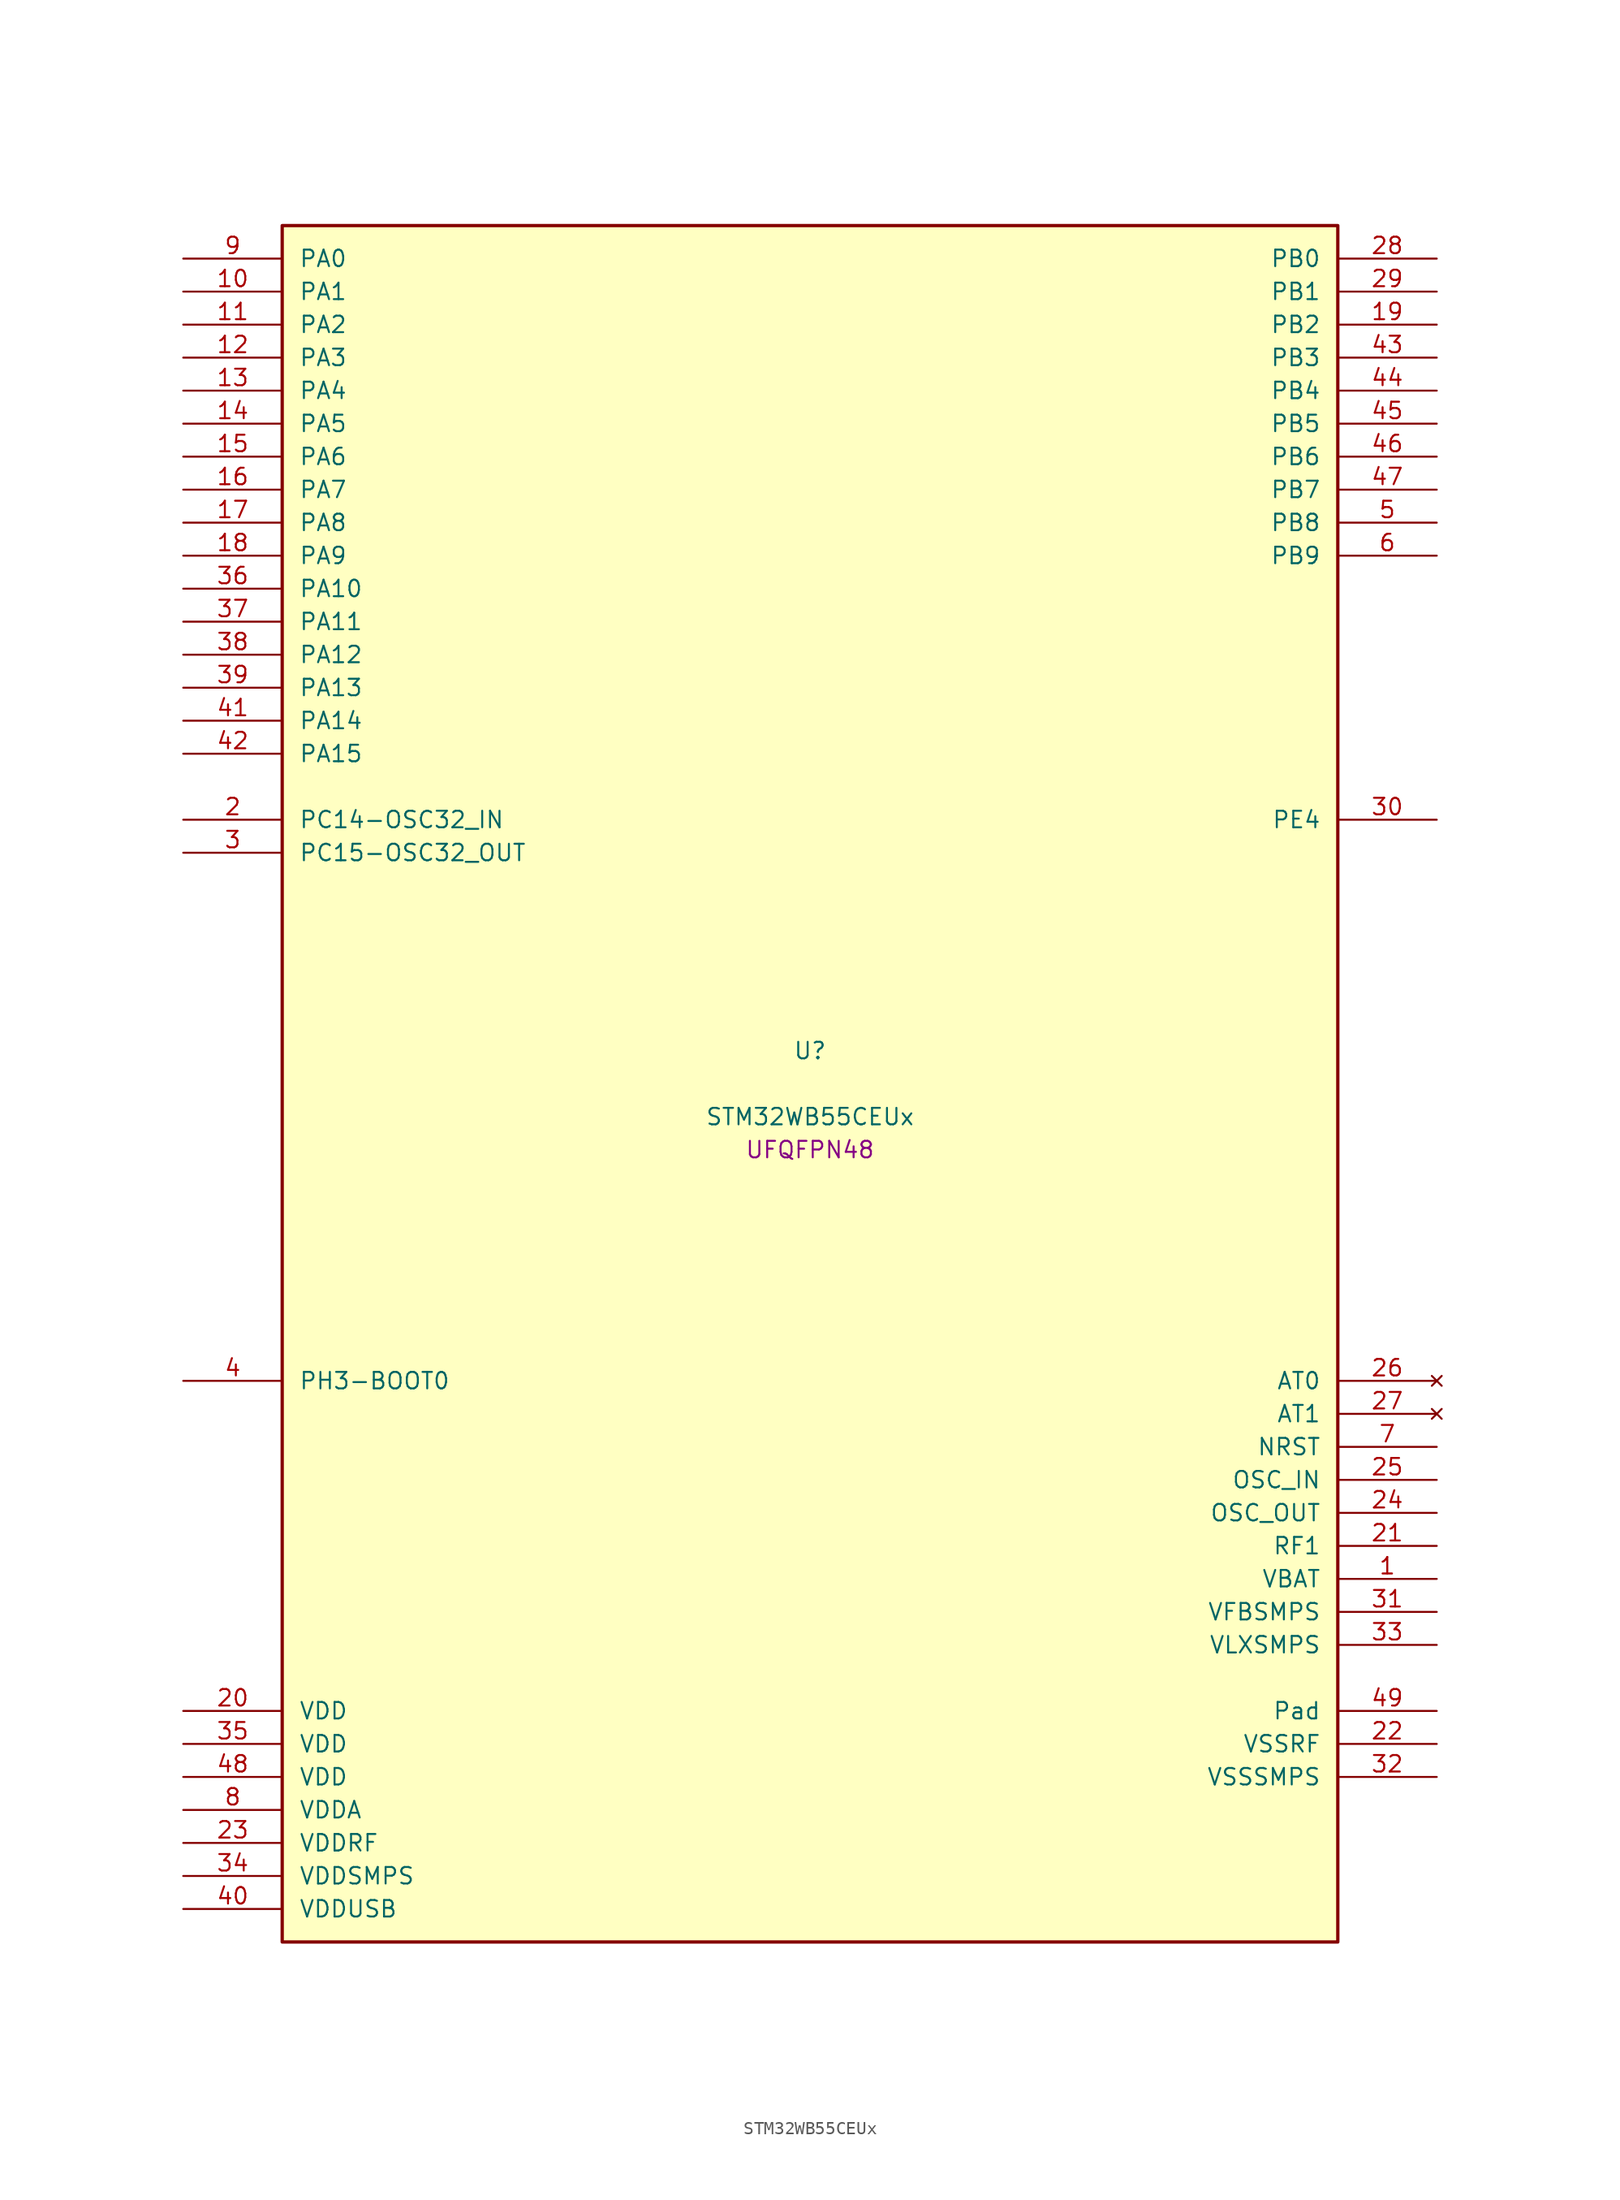
<source format=kicad_sym>
(kicad_symbol_lib
  (version 20241209)
  (generator "stm32_pkl_generator")
  (generator_version "1.0")
  (symbol "STM32WB55CEUx"
    (pin_names
      (offset 1.27))
    (property "Reference" "U"
      (at 0 2.54 0))
    (property "Value" "STM32WB55CEUx"
      (at 0 -2.54 0))
    (property "Footprint" "UFQFPN48"
      (at 0 -5.08 0))
    (symbol "STM32WB55CEUx_1_1"
      (rectangle (start -40.64 66.04) (end 40.64 -66.04) (stroke (width 0.254) (type solid)) (fill (type background)))
      (pin bidirectional line (at -48.26 63.5 0) (length 7.62) (name "PA0") (number "9") (alternate "PA0/ADC1_IN5" bidirectional line) (alternate "PA0/COMP1_INM" bidirectional line) (alternate "PA0/COMP1_OUT" bidirectional line) (alternate "PA0/RTC_TAMP2" bidirectional line) (alternate "PA0/SAI1_EXTCLK" bidirectional line) (alternate "PA0/SYS_WKUP1" bidirectional line) (alternate "PA0/TIM2_CH1" bidirectional line) (alternate "PA0/TIM2_ETR" bidirectional line))
      (pin bidirectional line (at -48.26 60.96 0) (length 7.62) (name "PA1") (number "10") (alternate "PA1/ADC1_IN6" bidirectional line) (alternate "PA1/COMP1_INP" bidirectional line) (alternate "PA1/I2C1_SMBA" bidirectional line) (alternate "PA1/LCD_SEG0" bidirectional line) (alternate "PA1/SPI1_SCK" bidirectional line) (alternate "PA1/TIM2_CH2" bidirectional line))
      (pin bidirectional line (at -48.26 58.42 0) (length 7.62) (name "PA2") (number "11") (alternate "PA2/ADC1_IN7" bidirectional line) (alternate "PA2/COMP2_INM" bidirectional line) (alternate "PA2/COMP2_OUT" bidirectional line) (alternate "PA2/LCD_SEG1" bidirectional line) (alternate "PA2/LPUART1_TX" bidirectional line) (alternate "PA2/QUADSPI_BK1_NCS" bidirectional line) (alternate "PA2/RCC_LSCO" bidirectional line) (alternate "PA2/SYS_WKUP4" bidirectional line) (alternate "PA2/TIM2_CH3" bidirectional line))
      (pin bidirectional line (at -48.26 55.88 0) (length 7.62) (name "PA3") (number "12") (alternate "PA3/ADC1_IN8" bidirectional line) (alternate "PA3/COMP2_INP" bidirectional line) (alternate "PA3/LCD_SEG2" bidirectional line) (alternate "PA3/LPUART1_RX" bidirectional line) (alternate "PA3/QUADSPI_CLK" bidirectional line) (alternate "PA3/SAI1_CK1" bidirectional line) (alternate "PA3/SAI1_MCLK_A" bidirectional line) (alternate "PA3/TIM2_CH4" bidirectional line))
      (pin bidirectional line (at -48.26 53.34 0) (length 7.62) (name "PA4") (number "13") (alternate "PA4/ADC1_IN9" bidirectional line) (alternate "PA4/COMP1_INM" bidirectional line) (alternate "PA4/COMP2_INM" bidirectional line) (alternate "PA4/LCD_SEG5" bidirectional line) (alternate "PA4/LPTIM2_OUT" bidirectional line) (alternate "PA4/SAI1_FS_B" bidirectional line) (alternate "PA4/SPI1_NSS" bidirectional line))
      (pin bidirectional line (at -48.26 50.8 0) (length 7.62) (name "PA5") (number "14") (alternate "PA5/ADC1_IN10" bidirectional line) (alternate "PA5/COMP1_INM" bidirectional line) (alternate "PA5/COMP2_INM" bidirectional line) (alternate "PA5/LPTIM2_ETR" bidirectional line) (alternate "PA5/SAI1_SD_B" bidirectional line) (alternate "PA5/SPI1_SCK" bidirectional line) (alternate "PA5/TIM2_CH1" bidirectional line) (alternate "PA5/TIM2_ETR" bidirectional line))
      (pin bidirectional line (at -48.26 48.26 0) (length 7.62) (name "PA6") (number "15") (alternate "PA6/ADC1_IN11" bidirectional line) (alternate "PA6/LCD_SEG3" bidirectional line) (alternate "PA6/LPUART1_CTS" bidirectional line) (alternate "PA6/QUADSPI_BK1_IO3" bidirectional line) (alternate "PA6/SPI1_MISO" bidirectional line) (alternate "PA6/TIM16_CH1" bidirectional line) (alternate "PA6/TIM1_BKIN" bidirectional line))
      (pin bidirectional line (at -48.26 45.72 0) (length 7.62) (name "PA7") (number "16") (alternate "PA7/ADC1_IN12" bidirectional line) (alternate "PA7/COMP2_OUT" bidirectional line) (alternate "PA7/I2C3_SCL" bidirectional line) (alternate "PA7/LCD_SEG4" bidirectional line) (alternate "PA7/QUADSPI_BK1_IO2" bidirectional line) (alternate "PA7/SPI1_MOSI" bidirectional line) (alternate "PA7/TIM17_CH1" bidirectional line) (alternate "PA7/TIM1_CH1N" bidirectional line))
      (pin bidirectional line (at -48.26 43.18 0) (length 7.62) (name "PA8") (number "17") (alternate "PA8/ADC1_IN15" bidirectional line) (alternate "PA8/LCD_COM0" bidirectional line) (alternate "PA8/LPTIM2_OUT" bidirectional line) (alternate "PA8/RCC_MCO" bidirectional line) (alternate "PA8/SAI1_CK2" bidirectional line) (alternate "PA8/SAI1_SCK_A" bidirectional line) (alternate "PA8/TIM1_CH1" bidirectional line) (alternate "PA8/USART1_CK" bidirectional line))
      (pin bidirectional line (at -48.26 40.64 0) (length 7.62) (name "PA9") (number "18") (alternate "PA9/ADC1_IN16" bidirectional line) (alternate "PA9/COMP1_INM" bidirectional line) (alternate "PA9/I2C1_SCL" bidirectional line) (alternate "PA9/LCD_COM1" bidirectional line) (alternate "PA9/SAI1_D2" bidirectional line) (alternate "PA9/SAI1_FS_A" bidirectional line) (alternate "PA9/TIM1_CH2" bidirectional line) (alternate "PA9/USART1_TX" bidirectional line))
      (pin bidirectional line (at -48.26 38.1 0) (length 7.62) (name "PA10") (number "36") (alternate "PA10/CRS_SYNC" bidirectional line) (alternate "PA10/I2C1_SDA" bidirectional line) (alternate "PA10/LCD_COM2" bidirectional line) (alternate "PA10/SAI1_D1" bidirectional line) (alternate "PA10/SAI1_SD_A" bidirectional line) (alternate "PA10/TIM17_BKIN" bidirectional line) (alternate "PA10/TIM1_CH3" bidirectional line) (alternate "PA10/USART1_RX" bidirectional line))
      (pin bidirectional line (at -48.26 35.56 0) (length 7.62) (name "PA11") (number "37") (alternate "PA11/ADC1_EXTI11" bidirectional line) (alternate "PA11/SPI1_MISO" bidirectional line) (alternate "PA11/TIM1_BKIN2" bidirectional line) (alternate "PA11/TIM1_CH4" bidirectional line) (alternate "PA11/USART1_CTS" bidirectional line) (alternate "PA11/USART1_NSS" bidirectional line) (alternate "PA11/USB_DM" bidirectional line))
      (pin bidirectional line (at -48.26 33.02 0) (length 7.62) (name "PA12") (number "38") (alternate "PA12/LPUART1_RX" bidirectional line) (alternate "PA12/SPI1_MOSI" bidirectional line) (alternate "PA12/TIM1_ETR" bidirectional line) (alternate "PA12/USART1_DE" bidirectional line) (alternate "PA12/USART1_RTS" bidirectional line) (alternate "PA12/USB_DP" bidirectional line))
      (pin bidirectional line (at -48.26 30.48 0) (length 7.62) (name "PA13") (number "39") (alternate "PA13/IR_OUT" bidirectional line) (alternate "PA13/SAI1_SD_B" bidirectional line) (alternate "PA13/SYS_JTMS-SWDIO" bidirectional line) (alternate "PA13/USB_NOE" bidirectional line))
      (pin bidirectional line (at -48.26 27.94 0) (length 7.62) (name "PA14") (number "41") (alternate "PA14/I2C1_SMBA" bidirectional line) (alternate "PA14/LCD_SEG5" bidirectional line) (alternate "PA14/LPTIM1_OUT" bidirectional line) (alternate "PA14/SAI1_FS_B" bidirectional line) (alternate "PA14/SYS_JTCK-SWCLK" bidirectional line))
      (pin bidirectional line (at -48.26 25.4 0) (length 7.62) (name "PA15") (number "42") (alternate "PA15/ADC1_EXTI15" bidirectional line) (alternate "PA15/LCD_SEG17" bidirectional line) (alternate "PA15/RCC_MCO" bidirectional line) (alternate "PA15/SPI1_NSS" bidirectional line) (alternate "PA15/SYS_JTDI" bidirectional line) (alternate "PA15/TIM2_CH1" bidirectional line) (alternate "PA15/TIM2_ETR" bidirectional line))
      (pin bidirectional line (at 48.26 63.5 180) (length 7.62) (name "PB0") (number "28") (alternate "PB0/COMP1_OUT" bidirectional line) (alternate "PB0/RF_TX_MOD_EXT_PA" bidirectional line))
      (pin bidirectional line (at 48.26 60.96 180) (length 7.62) (name "PB1") (number "29") (alternate "PB1/LPTIM2_IN1" bidirectional line) (alternate "PB1/LPUART1_DE" bidirectional line) (alternate "PB1/LPUART1_RTS" bidirectional line))
      (pin bidirectional line (at 48.26 58.42 180) (length 7.62) (name "PB2") (number "19") (alternate "PB2/COMP1_INP" bidirectional line) (alternate "PB2/I2C3_SMBA" bidirectional line) (alternate "PB2/LCD_VLCD" bidirectional line) (alternate "PB2/LPTIM1_OUT" bidirectional line) (alternate "PB2/RTC_OUT2" bidirectional line) (alternate "PB2/SAI1_EXTCLK" bidirectional line) (alternate "PB2/SPI1_NSS" bidirectional line))
      (pin bidirectional line (at 48.26 55.88 180) (length 7.62) (name "PB3") (number "43") (alternate "PB3/COMP2_INM" bidirectional line) (alternate "PB3/LCD_SEG7" bidirectional line) (alternate "PB3/SAI1_SCK_B" bidirectional line) (alternate "PB3/SPI1_SCK" bidirectional line) (alternate "PB3/SYS_JTDO-SWO" bidirectional line) (alternate "PB3/TIM2_CH2" bidirectional line) (alternate "PB3/USART1_DE" bidirectional line) (alternate "PB3/USART1_RTS" bidirectional line))
      (pin bidirectional line (at 48.26 53.34 180) (length 7.62) (name "PB4") (number "44") (alternate "PB4/COMP2_INP" bidirectional line) (alternate "PB4/I2C3_SDA" bidirectional line) (alternate "PB4/LCD_SEG8" bidirectional line) (alternate "PB4/SAI1_MCLK_B" bidirectional line) (alternate "PB4/SPI1_MISO" bidirectional line) (alternate "PB4/SYS_JTRST" bidirectional line) (alternate "PB4/TIM17_BKIN" bidirectional line) (alternate "PB4/USART1_CTS" bidirectional line) (alternate "PB4/USART1_NSS" bidirectional line))
      (pin bidirectional line (at 48.26 50.8 180) (length 7.62) (name "PB5") (number "45") (alternate "PB5/COMP2_OUT" bidirectional line) (alternate "PB5/I2C1_SMBA" bidirectional line) (alternate "PB5/LCD_SEG9" bidirectional line) (alternate "PB5/LPTIM1_IN1" bidirectional line) (alternate "PB5/LPUART1_TX" bidirectional line) (alternate "PB5/SAI1_SD_B" bidirectional line) (alternate "PB5/SPI1_MOSI" bidirectional line) (alternate "PB5/TIM16_BKIN" bidirectional line) (alternate "PB5/USART1_CK" bidirectional line))
      (pin bidirectional line (at 48.26 48.26 180) (length 7.62) (name "PB6") (number "46") (alternate "PB6/COMP2_INP" bidirectional line) (alternate "PB6/I2C1_SCL" bidirectional line) (alternate "PB6/LCD_SEG6" bidirectional line) (alternate "PB6/LPTIM1_ETR" bidirectional line) (alternate "PB6/RCC_MCO" bidirectional line) (alternate "PB6/SAI1_FS_B" bidirectional line) (alternate "PB6/TIM16_CH1N" bidirectional line) (alternate "PB6/USART1_TX" bidirectional line))
      (pin bidirectional line (at 48.26 45.72 180) (length 7.62) (name "PB7") (number "47") (alternate "PB7/COMP2_INM" bidirectional line) (alternate "PB7/I2C1_SDA" bidirectional line) (alternate "PB7/LCD_SEG21" bidirectional line) (alternate "PB7/LPTIM1_IN2" bidirectional line) (alternate "PB7/SYS_PVD_IN" bidirectional line) (alternate "PB7/TIM17_CH1N" bidirectional line) (alternate "PB7/TIM1_BKIN" bidirectional line) (alternate "PB7/USART1_RX" bidirectional line))
      (pin bidirectional line (at 48.26 43.18 180) (length 7.62) (name "PB8") (number "5") (alternate "PB8/I2C1_SCL" bidirectional line) (alternate "PB8/LCD_SEG16" bidirectional line) (alternate "PB8/QUADSPI_BK1_IO1" bidirectional line) (alternate "PB8/SAI1_CK1" bidirectional line) (alternate "PB8/SAI1_MCLK_A" bidirectional line) (alternate "PB8/TIM16_CH1" bidirectional line) (alternate "PB8/TIM1_CH2N" bidirectional line))
      (pin bidirectional line (at 48.26 40.64 180) (length 7.62) (name "PB9") (number "6") (alternate "PB9/I2C1_SDA" bidirectional line) (alternate "PB9/IR_OUT" bidirectional line) (alternate "PB9/LCD_COM3" bidirectional line) (alternate "PB9/QUADSPI_BK1_IO0" bidirectional line) (alternate "PB9/SAI1_D2" bidirectional line) (alternate "PB9/SAI1_FS_A" bidirectional line) (alternate "PB9/TIM17_CH1" bidirectional line) (alternate "PB9/TIM1_CH3N" bidirectional line))
      (pin bidirectional line (at -48.26 20.32 0) (length 7.62) (name "PC14-OSC32_IN") (number "2") (alternate "PC14-OSC32_IN/RCC_OSC32_IN" bidirectional line))
      (pin bidirectional line (at -48.26 17.78 0) (length 7.62) (name "PC15-OSC32_OUT") (number "3") (alternate "PC15-OSC32_OUT/ADC1_EXTI15" bidirectional line) (alternate "PC15-OSC32_OUT/RCC_OSC32_OUT" bidirectional line))
      (pin bidirectional line (at 48.26 20.32 180) (length 7.62) (name "PE4") (number "30"))
      (pin bidirectional line (at -48.26 -22.86 0) (length 7.62) (name "PH3-BOOT0") (number "4") (alternate "PH3-BOOT0/RCC_LSCO" bidirectional line))
      (pin no_connect line (at 48.26 -22.86 180) (length 7.62) (name "AT0") (number "26"))
      (pin no_connect line (at 48.26 -25.4 180) (length 7.62) (name "AT1") (number "27"))
      (pin input line (at 48.26 -27.94 180) (length 7.62) (name "NRST") (number "7"))
      (pin bidirectional line (at 48.26 -30.48 180) (length 7.62) (name "OSC_IN") (number "25") (alternate "OSC_IN/RCC_OSC_IN" bidirectional line))
      (pin bidirectional line (at 48.26 -33.02 180) (length 7.62) (name "OSC_OUT") (number "24") (alternate "OSC_OUT/RCC_OSC_OUT" bidirectional line))
      (pin bidirectional line (at 48.26 -35.56 180) (length 7.62) (name "RF1") (number "21") (alternate "RF1/RF_RF1" bidirectional line))
      (pin power_in line (at 48.26 -38.1 180) (length 7.62) (name "VBAT") (number "1"))
      (pin power_in line (at 48.26 -40.64 180) (length 7.62) (name "VFBSMPS") (number "31"))
      (pin power_in line (at 48.26 -43.18 180) (length 7.62) (name "VLXSMPS") (number "33"))
      (pin power_in line (at -48.26 -48.26 0) (length 7.62) (name "VDD") (number "20"))
      (pin power_in line (at -48.26 -50.8 0) (length 7.62) (name "VDD") (number "35"))
      (pin power_in line (at -48.26 -53.34 0) (length 7.62) (name "VDD") (number "48"))
      (pin power_in line (at -48.26 -55.88 0) (length 7.62) (name "VDDA") (number "8"))
      (pin power_in line (at -48.26 -58.42 0) (length 7.62) (name "VDDRF") (number "23"))
      (pin power_in line (at -48.26 -60.96 0) (length 7.62) (name "VDDSMPS") (number "34"))
      (pin power_in line (at -48.26 -63.5 0) (length 7.62) (name "VDDUSB") (number "40"))
      (pin passive line (at 48.26 -48.26 180) (length 7.62) (name "Pad") (number "49"))
      (pin power_in line (at 48.26 -50.8 180) (length 7.62) (name "VSSRF") (number "22"))
      (pin power_in line (at 48.26 -53.34 180) (length 7.62) (name "VSSSMPS") (number "32")))))
</source>
